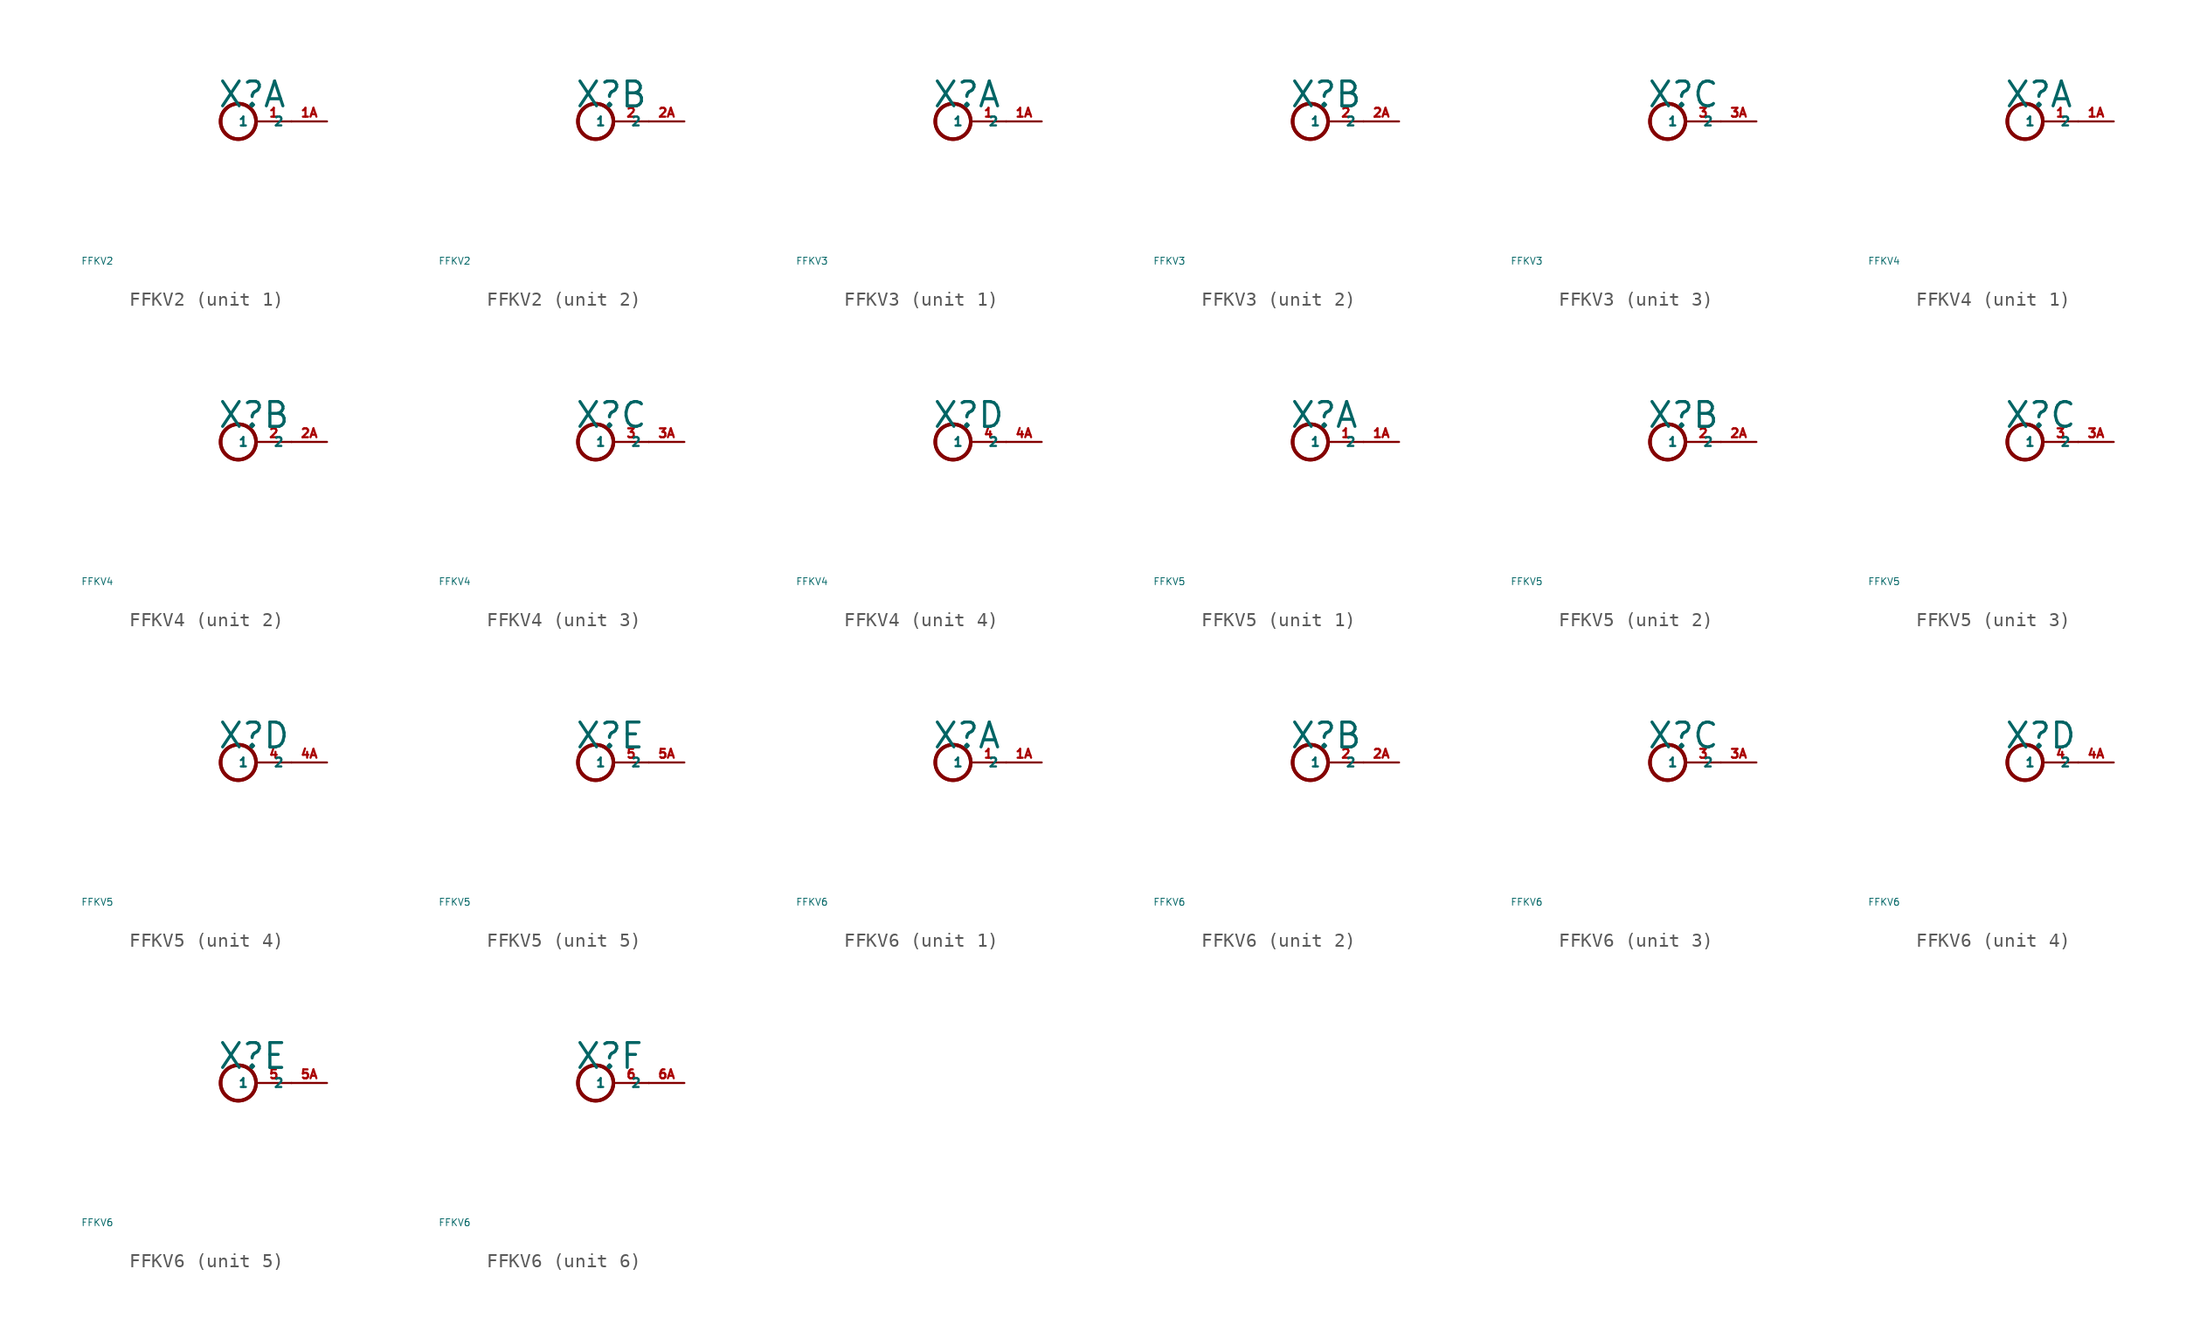
<source format=kicad_sym>
(kicad_symbol_lib
  (version 20220914)
  (generator Eagle2Kicad)
  (symbol "FFKV2"
    (property "Reference" "X"
      (at -0.254 0.889 0)
      (effects (font (size 1.778 1.778) (thickness 0.22)) (justify left bottom)))
    (property "Value" "FFKV2"
      (at -10 -10 0)
      (effects (font (size 0.5 0.5) (thickness 0.06)) (justify left)))
    (symbol "FFKV2_1_0"
      (circle (center 1.27 0) (radius 1.27) (stroke (width 0.254) (type default)) (fill (type none)))
      (circle (center 1.27 0) (radius 1.27) (stroke (width 0.254) (type default)) (fill (type none)))
      (pin passive line (at 5.08 0 180) (length 2.54) (name "1" (effects (font (size 0.635 0.635) (thickness 0.08)) (justify left bottom))) (number "1" (effects (font (size 0.635 0.635) (thickness 0.08)) (justify left bottom))))
      (pin passive line (at 7.62 0 180) (length 2.54) (name "2" (effects (font (size 0.635 0.635) (thickness 0.08)) (justify left bottom))) (number "1A" (effects (font (size 0.635 0.635) (thickness 0.08)) (justify left bottom)))))
    (symbol "FFKV2_2_0"
      (circle (center 1.27 0) (radius 1.27) (stroke (width 0.254) (type default)) (fill (type none)))
      (circle (center 1.27 0) (radius 1.27) (stroke (width 0.254) (type default)) (fill (type none)))
      (pin passive line (at 5.08 0 180) (length 2.54) (name "1" (effects (font (size 0.635 0.635) (thickness 0.08)) (justify left bottom))) (number "2" (effects (font (size 0.635 0.635) (thickness 0.08)) (justify left bottom))))
      (pin passive line (at 7.62 0 180) (length 2.54) (name "2" (effects (font (size 0.635 0.635) (thickness 0.08)) (justify left bottom))) (number "2A" (effects (font (size 0.635 0.635) (thickness 0.08)) (justify left bottom))))))
  (symbol "FFKV3"
    (property "Reference" "X"
      (at -0.254 0.889 0)
      (effects (font (size 1.778 1.778) (thickness 0.22)) (justify left bottom)))
    (property "Value" "FFKV3"
      (at -10 -10 0)
      (effects (font (size 0.5 0.5) (thickness 0.06)) (justify left)))
    (symbol "FFKV3_1_0"
      (circle (center 1.27 0) (radius 1.27) (stroke (width 0.254) (type default)) (fill (type none)))
      (circle (center 1.27 0) (radius 1.27) (stroke (width 0.254) (type default)) (fill (type none)))
      (pin passive line (at 5.08 0 180) (length 2.54) (name "1" (effects (font (size 0.635 0.635) (thickness 0.08)) (justify left bottom))) (number "1" (effects (font (size 0.635 0.635) (thickness 0.08)) (justify left bottom))))
      (pin passive line (at 7.62 0 180) (length 2.54) (name "2" (effects (font (size 0.635 0.635) (thickness 0.08)) (justify left bottom))) (number "1A" (effects (font (size 0.635 0.635) (thickness 0.08)) (justify left bottom)))))
    (symbol "FFKV3_2_0"
      (circle (center 1.27 0) (radius 1.27) (stroke (width 0.254) (type default)) (fill (type none)))
      (circle (center 1.27 0) (radius 1.27) (stroke (width 0.254) (type default)) (fill (type none)))
      (pin passive line (at 5.08 0 180) (length 2.54) (name "1" (effects (font (size 0.635 0.635) (thickness 0.08)) (justify left bottom))) (number "2" (effects (font (size 0.635 0.635) (thickness 0.08)) (justify left bottom))))
      (pin passive line (at 7.62 0 180) (length 2.54) (name "2" (effects (font (size 0.635 0.635) (thickness 0.08)) (justify left bottom))) (number "2A" (effects (font (size 0.635 0.635) (thickness 0.08)) (justify left bottom)))))
    (symbol "FFKV3_3_0"
      (circle (center 1.27 0) (radius 1.27) (stroke (width 0.254) (type default)) (fill (type none)))
      (circle (center 1.27 0) (radius 1.27) (stroke (width 0.254) (type default)) (fill (type none)))
      (pin passive line (at 5.08 0 180) (length 2.54) (name "1" (effects (font (size 0.635 0.635) (thickness 0.08)) (justify left bottom))) (number "3" (effects (font (size 0.635 0.635) (thickness 0.08)) (justify left bottom))))
      (pin passive line (at 7.62 0 180) (length 2.54) (name "2" (effects (font (size 0.635 0.635) (thickness 0.08)) (justify left bottom))) (number "3A" (effects (font (size 0.635 0.635) (thickness 0.08)) (justify left bottom))))))
  (symbol "FFKV4"
    (property "Reference" "X"
      (at -0.254 0.889 0)
      (effects (font (size 1.778 1.778) (thickness 0.22)) (justify left bottom)))
    (property "Value" "FFKV4"
      (at -10 -10 0)
      (effects (font (size 0.5 0.5) (thickness 0.06)) (justify left)))
    (symbol "FFKV4_1_0"
      (circle (center 1.27 0) (radius 1.27) (stroke (width 0.254) (type default)) (fill (type none)))
      (circle (center 1.27 0) (radius 1.27) (stroke (width 0.254) (type default)) (fill (type none)))
      (pin passive line (at 5.08 0 180) (length 2.54) (name "1" (effects (font (size 0.635 0.635) (thickness 0.08)) (justify left bottom))) (number "1" (effects (font (size 0.635 0.635) (thickness 0.08)) (justify left bottom))))
      (pin passive line (at 7.62 0 180) (length 2.54) (name "2" (effects (font (size 0.635 0.635) (thickness 0.08)) (justify left bottom))) (number "1A" (effects (font (size 0.635 0.635) (thickness 0.08)) (justify left bottom)))))
    (symbol "FFKV4_2_0"
      (circle (center 1.27 0) (radius 1.27) (stroke (width 0.254) (type default)) (fill (type none)))
      (circle (center 1.27 0) (radius 1.27) (stroke (width 0.254) (type default)) (fill (type none)))
      (pin passive line (at 5.08 0 180) (length 2.54) (name "1" (effects (font (size 0.635 0.635) (thickness 0.08)) (justify left bottom))) (number "2" (effects (font (size 0.635 0.635) (thickness 0.08)) (justify left bottom))))
      (pin passive line (at 7.62 0 180) (length 2.54) (name "2" (effects (font (size 0.635 0.635) (thickness 0.08)) (justify left bottom))) (number "2A" (effects (font (size 0.635 0.635) (thickness 0.08)) (justify left bottom)))))
    (symbol "FFKV4_3_0"
      (circle (center 1.27 0) (radius 1.27) (stroke (width 0.254) (type default)) (fill (type none)))
      (circle (center 1.27 0) (radius 1.27) (stroke (width 0.254) (type default)) (fill (type none)))
      (pin passive line (at 5.08 0 180) (length 2.54) (name "1" (effects (font (size 0.635 0.635) (thickness 0.08)) (justify left bottom))) (number "3" (effects (font (size 0.635 0.635) (thickness 0.08)) (justify left bottom))))
      (pin passive line (at 7.62 0 180) (length 2.54) (name "2" (effects (font (size 0.635 0.635) (thickness 0.08)) (justify left bottom))) (number "3A" (effects (font (size 0.635 0.635) (thickness 0.08)) (justify left bottom)))))
    (symbol "FFKV4_4_0"
      (circle (center 1.27 0) (radius 1.27) (stroke (width 0.254) (type default)) (fill (type none)))
      (circle (center 1.27 0) (radius 1.27) (stroke (width 0.254) (type default)) (fill (type none)))
      (pin passive line (at 5.08 0 180) (length 2.54) (name "1" (effects (font (size 0.635 0.635) (thickness 0.08)) (justify left bottom))) (number "4" (effects (font (size 0.635 0.635) (thickness 0.08)) (justify left bottom))))
      (pin passive line (at 7.62 0 180) (length 2.54) (name "2" (effects (font (size 0.635 0.635) (thickness 0.08)) (justify left bottom))) (number "4A" (effects (font (size 0.635 0.635) (thickness 0.08)) (justify left bottom))))))
  (symbol "FFKV5"
    (property "Reference" "X"
      (at -0.254 0.889 0)
      (effects (font (size 1.778 1.778) (thickness 0.22)) (justify left bottom)))
    (property "Value" "FFKV5"
      (at -10 -10 0)
      (effects (font (size 0.5 0.5) (thickness 0.06)) (justify left)))
    (symbol "FFKV5_1_0"
      (circle (center 1.27 0) (radius 1.27) (stroke (width 0.254) (type default)) (fill (type none)))
      (circle (center 1.27 0) (radius 1.27) (stroke (width 0.254) (type default)) (fill (type none)))
      (pin passive line (at 5.08 0 180) (length 2.54) (name "1" (effects (font (size 0.635 0.635) (thickness 0.08)) (justify left bottom))) (number "1" (effects (font (size 0.635 0.635) (thickness 0.08)) (justify left bottom))))
      (pin passive line (at 7.62 0 180) (length 2.54) (name "2" (effects (font (size 0.635 0.635) (thickness 0.08)) (justify left bottom))) (number "1A" (effects (font (size 0.635 0.635) (thickness 0.08)) (justify left bottom)))))
    (symbol "FFKV5_2_0"
      (circle (center 1.27 0) (radius 1.27) (stroke (width 0.254) (type default)) (fill (type none)))
      (circle (center 1.27 0) (radius 1.27) (stroke (width 0.254) (type default)) (fill (type none)))
      (pin passive line (at 5.08 0 180) (length 2.54) (name "1" (effects (font (size 0.635 0.635) (thickness 0.08)) (justify left bottom))) (number "2" (effects (font (size 0.635 0.635) (thickness 0.08)) (justify left bottom))))
      (pin passive line (at 7.62 0 180) (length 2.54) (name "2" (effects (font (size 0.635 0.635) (thickness 0.08)) (justify left bottom))) (number "2A" (effects (font (size 0.635 0.635) (thickness 0.08)) (justify left bottom)))))
    (symbol "FFKV5_3_0"
      (circle (center 1.27 0) (radius 1.27) (stroke (width 0.254) (type default)) (fill (type none)))
      (circle (center 1.27 0) (radius 1.27) (stroke (width 0.254) (type default)) (fill (type none)))
      (pin passive line (at 5.08 0 180) (length 2.54) (name "1" (effects (font (size 0.635 0.635) (thickness 0.08)) (justify left bottom))) (number "3" (effects (font (size 0.635 0.635) (thickness 0.08)) (justify left bottom))))
      (pin passive line (at 7.62 0 180) (length 2.54) (name "2" (effects (font (size 0.635 0.635) (thickness 0.08)) (justify left bottom))) (number "3A" (effects (font (size 0.635 0.635) (thickness 0.08)) (justify left bottom)))))
    (symbol "FFKV5_4_0"
      (circle (center 1.27 0) (radius 1.27) (stroke (width 0.254) (type default)) (fill (type none)))
      (circle (center 1.27 0) (radius 1.27) (stroke (width 0.254) (type default)) (fill (type none)))
      (pin passive line (at 5.08 0 180) (length 2.54) (name "1" (effects (font (size 0.635 0.635) (thickness 0.08)) (justify left bottom))) (number "4" (effects (font (size 0.635 0.635) (thickness 0.08)) (justify left bottom))))
      (pin passive line (at 7.62 0 180) (length 2.54) (name "2" (effects (font (size 0.635 0.635) (thickness 0.08)) (justify left bottom))) (number "4A" (effects (font (size 0.635 0.635) (thickness 0.08)) (justify left bottom)))))
    (symbol "FFKV5_5_0"
      (circle (center 1.27 0) (radius 1.27) (stroke (width 0.254) (type default)) (fill (type none)))
      (circle (center 1.27 0) (radius 1.27) (stroke (width 0.254) (type default)) (fill (type none)))
      (pin passive line (at 5.08 0 180) (length 2.54) (name "1" (effects (font (size 0.635 0.635) (thickness 0.08)) (justify left bottom))) (number "5" (effects (font (size 0.635 0.635) (thickness 0.08)) (justify left bottom))))
      (pin passive line (at 7.62 0 180) (length 2.54) (name "2" (effects (font (size 0.635 0.635) (thickness 0.08)) (justify left bottom))) (number "5A" (effects (font (size 0.635 0.635) (thickness 0.08)) (justify left bottom))))))
  (symbol "FFKV6"
    (property "Reference" "X"
      (at -0.254 0.889 0)
      (effects (font (size 1.778 1.778) (thickness 0.22)) (justify left bottom)))
    (property "Value" "FFKV6"
      (at -10 -10 0)
      (effects (font (size 0.5 0.5) (thickness 0.06)) (justify left)))
    (symbol "FFKV6_1_0"
      (circle (center 1.27 0) (radius 1.27) (stroke (width 0.254) (type default)) (fill (type none)))
      (circle (center 1.27 0) (radius 1.27) (stroke (width 0.254) (type default)) (fill (type none)))
      (pin passive line (at 5.08 0 180) (length 2.54) (name "1" (effects (font (size 0.635 0.635) (thickness 0.08)) (justify left bottom))) (number "1" (effects (font (size 0.635 0.635) (thickness 0.08)) (justify left bottom))))
      (pin passive line (at 7.62 0 180) (length 2.54) (name "2" (effects (font (size 0.635 0.635) (thickness 0.08)) (justify left bottom))) (number "1A" (effects (font (size 0.635 0.635) (thickness 0.08)) (justify left bottom)))))
    (symbol "FFKV6_2_0"
      (circle (center 1.27 0) (radius 1.27) (stroke (width 0.254) (type default)) (fill (type none)))
      (circle (center 1.27 0) (radius 1.27) (stroke (width 0.254) (type default)) (fill (type none)))
      (pin passive line (at 5.08 0 180) (length 2.54) (name "1" (effects (font (size 0.635 0.635) (thickness 0.08)) (justify left bottom))) (number "2" (effects (font (size 0.635 0.635) (thickness 0.08)) (justify left bottom))))
      (pin passive line (at 7.62 0 180) (length 2.54) (name "2" (effects (font (size 0.635 0.635) (thickness 0.08)) (justify left bottom))) (number "2A" (effects (font (size 0.635 0.635) (thickness 0.08)) (justify left bottom)))))
    (symbol "FFKV6_3_0"
      (circle (center 1.27 0) (radius 1.27) (stroke (width 0.254) (type default)) (fill (type none)))
      (circle (center 1.27 0) (radius 1.27) (stroke (width 0.254) (type default)) (fill (type none)))
      (pin passive line (at 5.08 0 180) (length 2.54) (name "1" (effects (font (size 0.635 0.635) (thickness 0.08)) (justify left bottom))) (number "3" (effects (font (size 0.635 0.635) (thickness 0.08)) (justify left bottom))))
      (pin passive line (at 7.62 0 180) (length 2.54) (name "2" (effects (font (size 0.635 0.635) (thickness 0.08)) (justify left bottom))) (number "3A" (effects (font (size 0.635 0.635) (thickness 0.08)) (justify left bottom)))))
    (symbol "FFKV6_4_0"
      (circle (center 1.27 0) (radius 1.27) (stroke (width 0.254) (type default)) (fill (type none)))
      (circle (center 1.27 0) (radius 1.27) (stroke (width 0.254) (type default)) (fill (type none)))
      (pin passive line (at 5.08 0 180) (length 2.54) (name "1" (effects (font (size 0.635 0.635) (thickness 0.08)) (justify left bottom))) (number "4" (effects (font (size 0.635 0.635) (thickness 0.08)) (justify left bottom))))
      (pin passive line (at 7.62 0 180) (length 2.54) (name "2" (effects (font (size 0.635 0.635) (thickness 0.08)) (justify left bottom))) (number "4A" (effects (font (size 0.635 0.635) (thickness 0.08)) (justify left bottom)))))
    (symbol "FFKV6_5_0"
      (circle (center 1.27 0) (radius 1.27) (stroke (width 0.254) (type default)) (fill (type none)))
      (circle (center 1.27 0) (radius 1.27) (stroke (width 0.254) (type default)) (fill (type none)))
      (pin passive line (at 5.08 0 180) (length 2.54) (name "1" (effects (font (size 0.635 0.635) (thickness 0.08)) (justify left bottom))) (number "5" (effects (font (size 0.635 0.635) (thickness 0.08)) (justify left bottom))))
      (pin passive line (at 7.62 0 180) (length 2.54) (name "2" (effects (font (size 0.635 0.635) (thickness 0.08)) (justify left bottom))) (number "5A" (effects (font (size 0.635 0.635) (thickness 0.08)) (justify left bottom)))))
    (symbol "FFKV6_6_0"
      (circle (center 1.27 0) (radius 1.27) (stroke (width 0.254) (type default)) (fill (type none)))
      (circle (center 1.27 0) (radius 1.27) (stroke (width 0.254) (type default)) (fill (type none)))
      (pin passive line (at 5.08 0 180) (length 2.54) (name "1" (effects (font (size 0.635 0.635) (thickness 0.08)) (justify left bottom))) (number "6" (effects (font (size 0.635 0.635) (thickness 0.08)) (justify left bottom))))
      (pin passive line (at 7.62 0 180) (length 2.54) (name "2" (effects (font (size 0.635 0.635) (thickness 0.08)) (justify left bottom))) (number "6A" (effects (font (size 0.635 0.635) (thickness 0.08)) (justify left bottom)))))))
</source>
